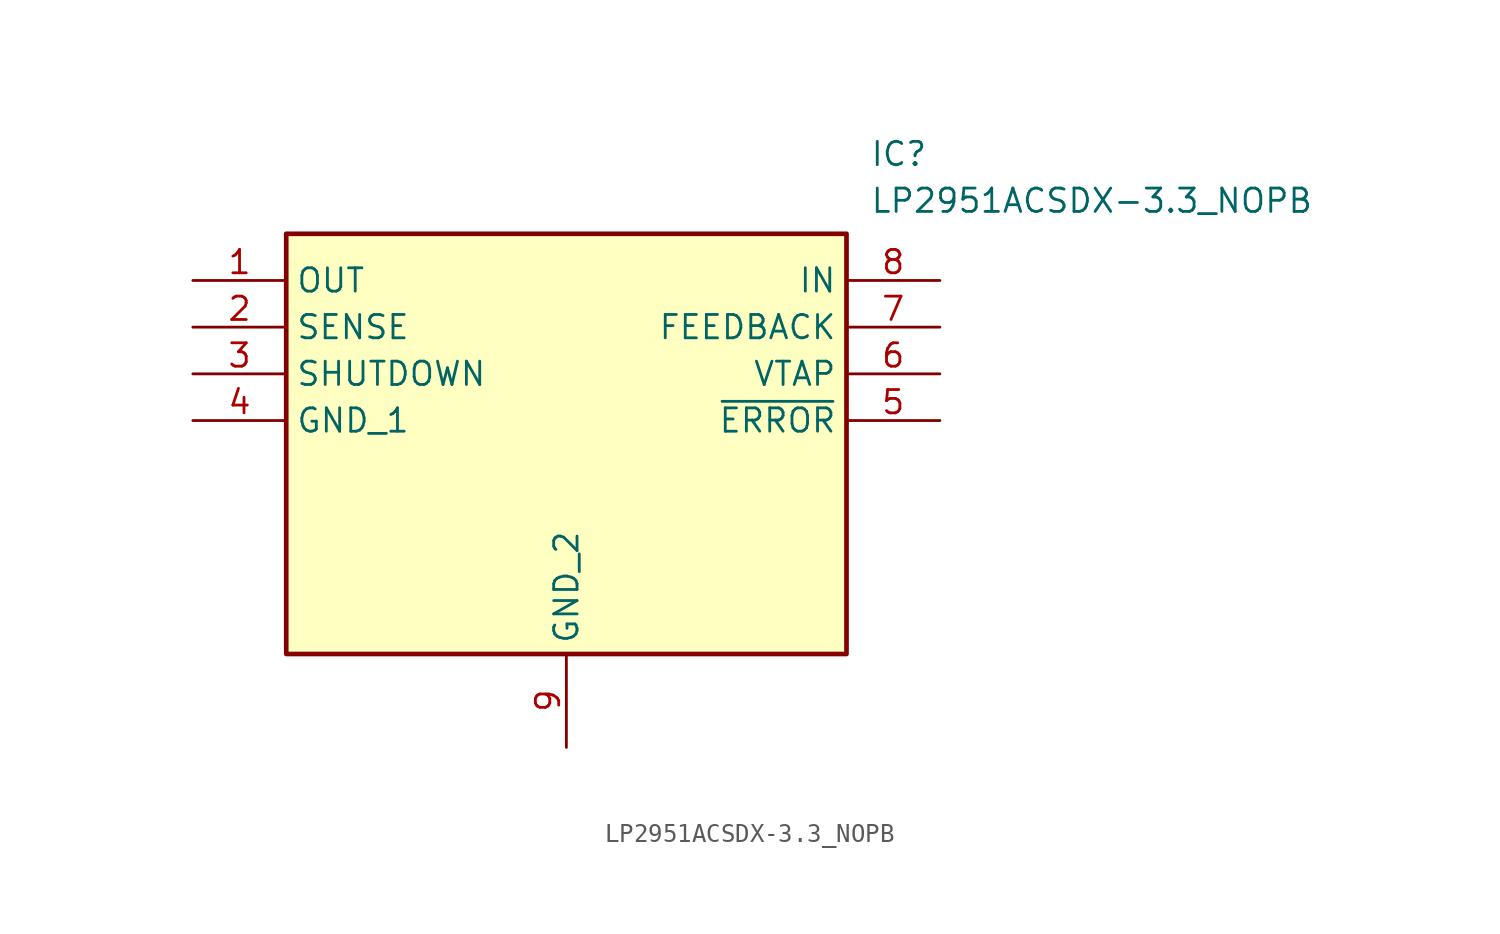
<source format=kicad_sym>
(kicad_symbol_lib
  (version 20211014)
  (generator SamacSys_ECAD_Model)
  (symbol "LP2951ACSDX-3.3_NOPB"
    (property "Reference" "IC"
      (at 36.83 7.62 0)
      (effects (font (size 1.27 1.27)) (justify left top)))
    (property "Value" "LP2951ACSDX-3.3_NOPB"
      (at 36.83 5.08 0)
      (effects (font (size 1.27 1.27)) (justify left top)))
    (rectangle
      (start 5.08 2.54)
      (end 35.56 -20.32)
      (stroke (width 0.254) (type default))
      (fill (type background)))
    (pin passive line
      (at 0 0 0)
      (length 5.08)
      (name "OUT" (effects (font (size 1.27 1.27))))
      (number "1" (effects (font (size 1.27 1.27)))))
    (pin passive line
      (at 0 -2.54 0)
      (length 5.08)
      (name "SENSE" (effects (font (size 1.27 1.27))))
      (number "2" (effects (font (size 1.27 1.27)))))
    (pin passive line
      (at 0 -5.08 0)
      (length 5.08)
      (name "SHUTDOWN" (effects (font (size 1.27 1.27))))
      (number "3" (effects (font (size 1.27 1.27)))))
    (pin passive line
      (at 0 -7.62 0)
      (length 5.08)
      (name "GND_1" (effects (font (size 1.27 1.27))))
      (number "4" (effects (font (size 1.27 1.27)))))
    (pin passive line
      (at 20.32 -25.4 90)
      (length 5.08)
      (name "GND_2" (effects (font (size 1.27 1.27))))
      (number "9" (effects (font (size 1.27 1.27)))))
    (pin passive line
      (at 40.64 0 180)
      (length 5.08)
      (name "IN" (effects (font (size 1.27 1.27))))
      (number "8" (effects (font (size 1.27 1.27)))))
    (pin passive line
      (at 40.64 -2.54 180)
      (length 5.08)
      (name "FEEDBACK" (effects (font (size 1.27 1.27))))
      (number "7" (effects (font (size 1.27 1.27)))))
    (pin passive line
      (at 40.64 -5.08 180)
      (length 5.08)
      (name "VTAP" (effects (font (size 1.27 1.27))))
      (number "6" (effects (font (size 1.27 1.27)))))
    (pin passive line
      (at 40.64 -7.62 180)
      (length 5.08)
      (name "~{ERROR}" (effects (font (size 1.27 1.27))))
      (number "5" (effects (font (size 1.27 1.27)))))))
</source>
